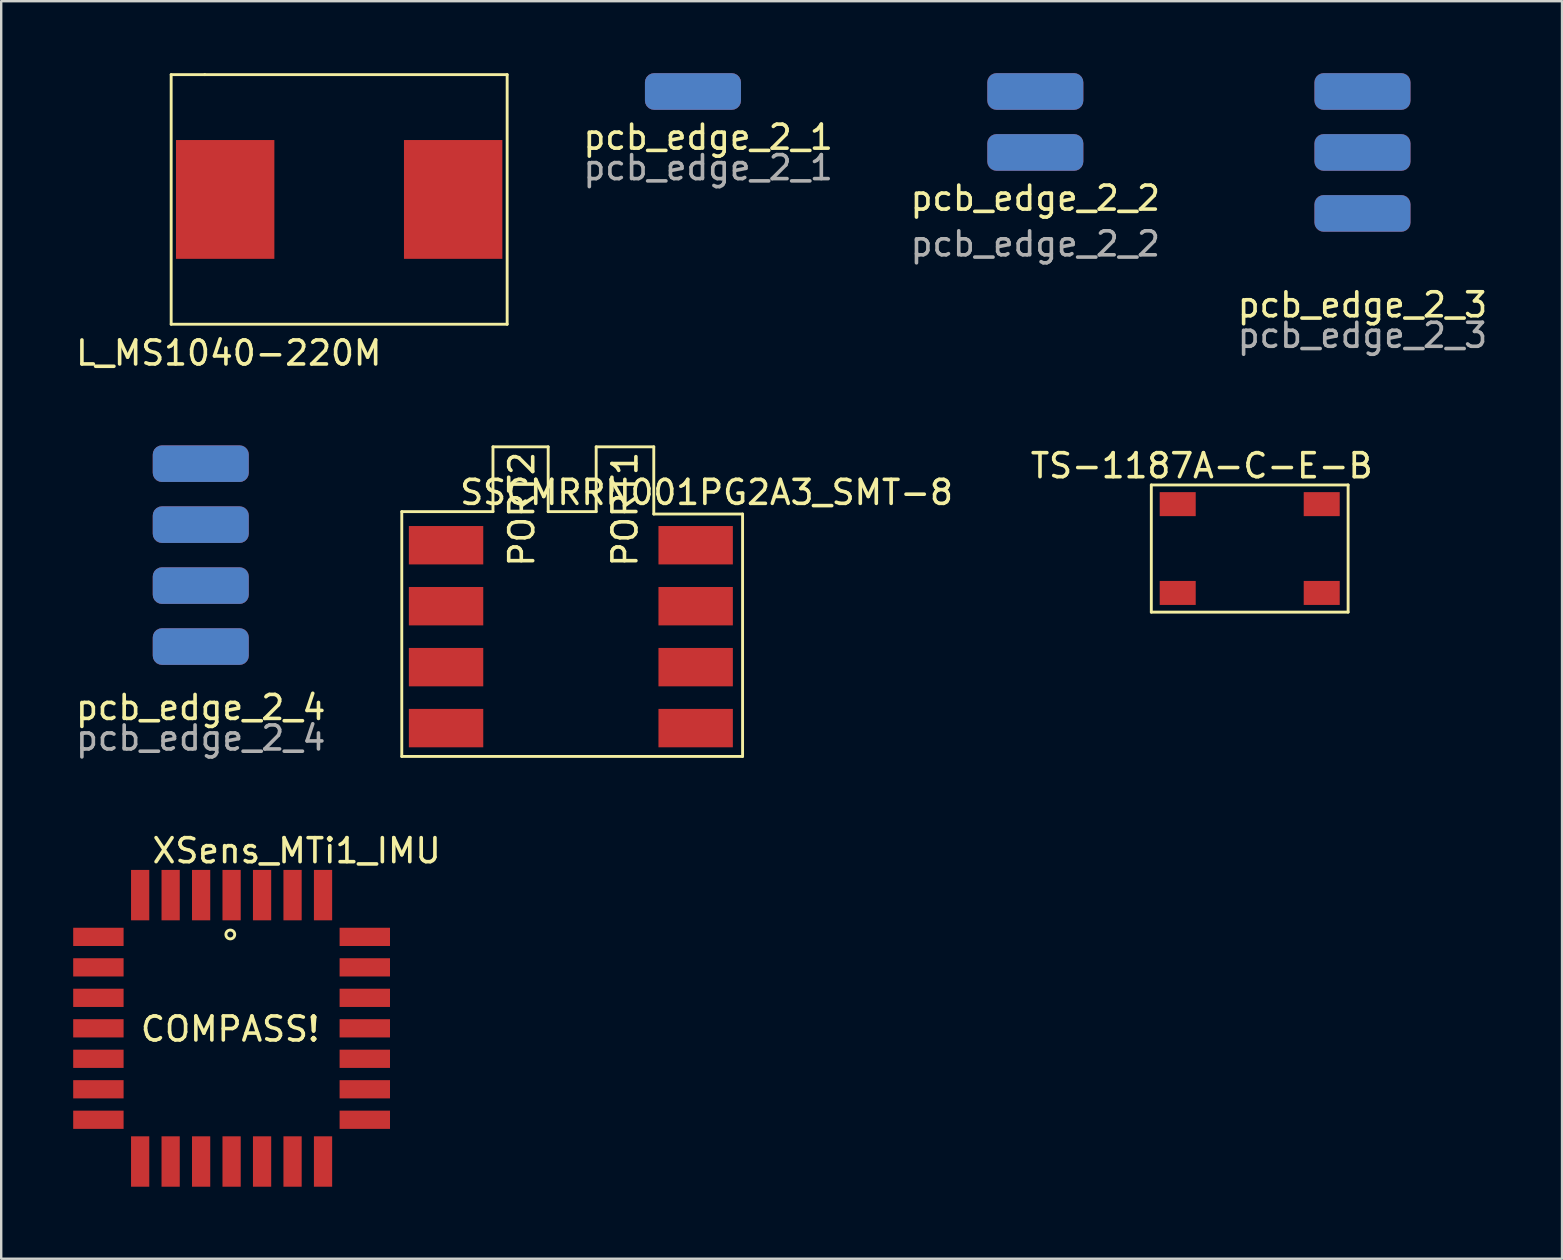
<source format=kicad_pcb>
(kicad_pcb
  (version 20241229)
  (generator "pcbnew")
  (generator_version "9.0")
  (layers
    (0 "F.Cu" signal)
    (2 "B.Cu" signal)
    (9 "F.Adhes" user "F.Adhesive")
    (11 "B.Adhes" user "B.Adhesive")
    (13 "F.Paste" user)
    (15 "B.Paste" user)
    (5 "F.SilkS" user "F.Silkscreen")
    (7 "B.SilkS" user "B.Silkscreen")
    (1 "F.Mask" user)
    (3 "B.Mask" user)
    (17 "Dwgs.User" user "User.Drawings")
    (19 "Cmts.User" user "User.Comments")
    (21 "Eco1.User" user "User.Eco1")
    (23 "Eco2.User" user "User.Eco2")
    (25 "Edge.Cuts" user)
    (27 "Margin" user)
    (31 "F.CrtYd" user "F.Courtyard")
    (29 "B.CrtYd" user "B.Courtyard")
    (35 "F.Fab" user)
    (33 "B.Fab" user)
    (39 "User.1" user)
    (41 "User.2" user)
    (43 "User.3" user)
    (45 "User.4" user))
  (footprint "SSCMRRN001PG2A3_SMT-8"
    (layer "F.Cu")
    (at 13.991 18.868)
    (property "Reference" "SSCMRRN001PG2A3_SMT-8" (at 12.4 -1.4 0) (layer "F.SilkS") (effects (font (size 1 1) (thickness 0.15))))
    (attr smd)
    (fp_line (start -0.3 -0.6) (end -0.3 9.6) (stroke (width 0.12) (type solid)) (layer "F.SilkS"))
    (fp_line (start -0.3 -0.6) (end 3.5 -0.6) (stroke (width 0.12) (type solid)) (layer "F.SilkS"))
    (fp_line (start 3.5 -3.3) (end 5.8 -3.3) (stroke (width 0.12) (type solid)) (layer "F.SilkS"))
    (fp_line (start 3.5 -0.6) (end 3.5 -3.3) (stroke (width 0.12) (type solid)) (layer "F.SilkS"))
    (fp_line (start 5.8 -3.3) (end 5.8 -0.6) (stroke (width 0.12) (type solid)) (layer "F.SilkS"))
    (fp_line (start 5.8 -0.6) (end 7.8 -0.6) (stroke (width 0.12) (type solid)) (layer "F.SilkS"))
    (fp_line (start 7.8 -3.3) (end 10.2 -3.3) (stroke (width 0.12) (type solid)) (layer "F.SilkS"))
    (fp_line (start 7.8 -0.6) (end 7.8 -3.3) (stroke (width 0.12) (type solid)) (layer "F.SilkS"))
    (fp_line (start 10.2 -3.3) (end 10.2 -0.5) (stroke (width 0.12) (type solid)) (layer "F.SilkS"))
    (fp_line (start 10.2 -0.5) (end 13.9 -0.5) (stroke (width 0.12) (type solid)) (layer "F.SilkS"))
    (fp_line (start 13.9 -0.5) (end 13.9 9.6) (stroke (width 0.12) (type solid)) (layer "F.SilkS"))
    (fp_line (start 13.9 9.6) (end -0.3 9.6) (stroke (width 0.12) (type solid)) (layer "F.SilkS"))
    (fp_text user "PORT2" (at 4.7 -0.7 90) (layer "F.SilkS") (effects (font (size 1 1) (thickness 0.15))))
    (fp_text user "PORT1" (at 9 -0.7 90) (layer "F.SilkS") (effects (font (size 1 1) (thickness 0.15))))
    (pad "1" smd rect (at 1.545 0.8) (size 3.1 1.6) (layers "F.Cu" "F.Mask" "F.Paste"))
    (pad "2" smd rect (at 1.545 3.34) (size 3.1 1.6) (layers "F.Cu" "F.Mask" "F.Paste"))
    (pad "3" smd rect (at 1.545 5.88) (size 3.1 1.6) (layers "F.Cu" "F.Mask" "F.Paste"))
    (pad "4" smd rect (at 1.545 8.42) (size 3.1 1.6) (layers "F.Cu" "F.Mask" "F.Paste"))
    (pad "5" smd rect (at 11.945 8.42) (size 3.1 1.6) (layers "F.Cu" "F.Mask" "F.Paste"))
    (pad "6" smd rect (at 11.945 5.88) (size 3.1 1.6) (layers "F.Cu" "F.Mask" "F.Paste"))
    (pad "7" smd rect (at 11.945 3.34) (size 3.1 1.6) (layers "F.Cu" "F.Mask" "F.Paste"))
    (pad "8" smd rect (at 11.945 0.8) (size 3.1 1.6) (layers "F.Cu" "F.Mask" "F.Paste")))
  (footprint "XSens_MTi1_IMU"
    (layer "F.Cu")
    (at 6.6 39.797)
    (property "Reference" "XSens_MTi1_IMU" (at 2.71 -7.4 0) (layer "F.SilkS") (effects (font (size 1 1) (thickness 0.15))))
    (attr through_hole)
    (fp_circle (center -0.054 -3.91) (end -0.224 -3.98) (stroke (width 0.12) (type solid)) (fill no) (layer "F.SilkS"))
    (fp_text user "COMPASS!" (at -0.06 0.03 0) (layer "F.SilkS") (effects (font (size 1 1) (thickness 0.15))))
    (pad "1" smd rect (at 0 -5.55) (size 0.76 2.1) (layers "F.Cu" "F.Mask" "F.Paste"))
    (pad "2" smd rect (at -1.27 -5.55) (size 0.76 2.1) (layers "F.Cu" "F.Mask" "F.Paste"))
    (pad "3" smd rect (at -2.54 -5.55) (size 0.76 2.1) (layers "F.Cu" "F.Mask" "F.Paste"))
    (pad "4" smd rect (at -3.81 -5.55) (size 0.76 2.1) (layers "F.Cu" "F.Mask" "F.Paste"))
    (pad "5" smd rect (at -5.55 -3.81) (size 2.1 0.76) (layers "F.Cu" "F.Mask" "F.Paste"))
    (pad "6" smd rect (at -5.55 -2.54) (size 2.1 0.76) (layers "F.Cu" "F.Mask" "F.Paste"))
    (pad "7" smd rect (at -5.55 -1.27) (size 2.1 0.76) (layers "F.Cu" "F.Mask" "F.Paste"))
    (pad "8" smd rect (at -5.55 0) (size 2.1 0.76) (layers "F.Cu" "F.Mask" "F.Paste"))
    (pad "9" smd rect (at -5.55 1.27) (size 2.1 0.76) (layers "F.Cu" "F.Mask" "F.Paste"))
    (pad "10" smd rect (at -5.55 2.54) (size 2.1 0.76) (layers "F.Cu" "F.Mask" "F.Paste"))
    (pad "11" smd rect (at -5.55 3.81) (size 2.1 0.76) (layers "F.Cu" "F.Mask" "F.Paste"))
    (pad "12" smd rect (at -3.81 5.55) (size 0.76 2.1) (layers "F.Cu" "F.Mask" "F.Paste"))
    (pad "13" smd rect (at -2.54 5.55) (size 0.76 2.1) (layers "F.Cu" "F.Mask" "F.Paste"))
    (pad "14" smd rect (at -1.27 5.55) (size 0.76 2.1) (layers "F.Cu" "F.Mask" "F.Paste"))
    (pad "15" smd rect (at 0 5.55) (size 0.76 2.1) (layers "F.Cu" "F.Mask" "F.Paste"))
    (pad "16" smd rect (at 1.27 5.55) (size 0.76 2.1) (layers "F.Cu" "F.Mask" "F.Paste"))
    (pad "17" smd rect (at 2.54 5.55) (size 0.76 2.1) (layers "F.Cu" "F.Mask" "F.Paste"))
    (pad "18" smd rect (at 3.81 5.55) (size 0.76 2.1) (layers "F.Cu" "F.Mask" "F.Paste"))
    (pad "19" smd rect (at 5.55 3.81) (size 2.1 0.76) (layers "F.Cu" "F.Mask" "F.Paste"))
    (pad "20" smd rect (at 5.55 2.54) (size 2.1 0.76) (layers "F.Cu" "F.Mask" "F.Paste"))
    (pad "21" smd rect (at 5.55 1.27) (size 2.1 0.76) (layers "F.Cu" "F.Mask" "F.Paste"))
    (pad "22" smd rect (at 5.55 0) (size 2.1 0.76) (layers "F.Cu" "F.Mask" "F.Paste"))
    (pad "23" smd rect (at 5.55 -1.27) (size 2.1 0.76) (layers "F.Cu" "F.Mask" "F.Paste"))
    (pad "24" smd rect (at 5.55 -2.54) (size 2.1 0.76) (layers "F.Cu" "F.Mask" "F.Paste"))
    (pad "25" smd rect (at 5.55 -3.81) (size 2.1 0.76) (layers "F.Cu" "F.Mask" "F.Paste"))
    (pad "26" smd rect (at 3.81 -5.55) (size 0.76 2.1) (layers "F.Cu" "F.Mask" "F.Paste"))
    (pad "27" smd rect (at 2.54 -5.55) (size 0.76 2.1) (layers "F.Cu" "F.Mask" "F.Paste"))
    (pad "28" smd rect (at 1.27 -5.55) (size 0.76 2.1) (layers "F.Cu" "F.Mask" "F.Paste")))
  (footprint "pcb_edge_2_4"
    (layer "F.Cu")
    (at 5.315 20.08)
    (property "Reference" "pcb_edge_2_4" (at 0 6.35 0) (unlocked yes) (layer "F.SilkS") (effects (font (size 1 1) (thickness 0.15))))
    (attr smd)
    (fp_text user "${REFERENCE}" (at 0 7.62 0) (unlocked yes) (layer "F.Fab") (effects (font (size 1 1) (thickness 0.15))))
    (pad "1" smd roundrect (at 0 3.81) (size 4 1.524) (layers "F.Cu" "F.Mask" "F.Paste") (roundrect_rratio 0.25))
    (pad "2" smd roundrect (at 0 3.81) (size 4 1.524) (layers "B.Cu" "B.Mask" "B.Paste") (roundrect_rratio 0.25))
    (pad "3" smd roundrect (at 0 1.27) (size 4 1.524) (layers "F.Cu" "F.Mask" "F.Paste") (roundrect_rratio 0.25))
    (pad "4" smd roundrect (at 0 1.27) (size 4 1.524) (layers "B.Cu" "B.Mask" "B.Paste") (roundrect_rratio 0.25))
    (pad "5" smd roundrect (at 0 -1.27) (size 4 1.524) (layers "F.Cu" "F.Mask" "F.Paste") (roundrect_rratio 0.25))
    (pad "6" smd roundrect (at 0 -1.27) (size 4 1.524) (layers "B.Cu" "B.Mask" "B.Paste") (roundrect_rratio 0.25))
    (pad "7" smd roundrect (at 0 -3.81) (size 4 1.524) (layers "F.Cu" "F.Mask" "F.Paste") (roundrect_rratio 0.25))
    (pad "8" smd roundrect (at 0 -3.81) (size 4 1.524) (layers "B.Cu" "B.Mask" "B.Paste") (roundrect_rratio 0.25)))
  (footprint "pcb_edge_2_1"
    (layer "F.Cu")
    (at 25.823 0.762)
    (property "Reference" "pcb_edge_2_1" (at 0.635 1.905 0) (unlocked yes) (layer "F.SilkS") (effects (font (size 1 1) (thickness 0.15))))
    (attr smd)
    (fp_text user "${REFERENCE}" (at 0.635 3.175 0) (unlocked yes) (layer "F.Fab") (effects (font (size 1 1) (thickness 0.15))))
    (pad "1" smd roundrect (at 0 0) (size 4 1.524) (layers "F.Cu" "F.Mask" "F.Paste") (roundrect_rratio 0.25))
    (pad "2" smd roundrect (at 0 0) (size 4 1.524) (layers "F.Mask" "B.Cu" "F.Paste") (roundrect_rratio 0.25)))
  (footprint "TS-1187A-C-E-B"
    (layer "F.Cu")
    (at 49.022 19.956)
    (property "Reference" "TS-1187A-C-E-B" (at -2 -3.6 0) (layer "F.SilkS") (effects (font (size 1 1) (thickness 0.15))))
    (attr through_hole)
    (fp_line (start -4.1 -2.8) (end 4.1 -2.8) (stroke (width 0.12) (type solid)) (layer "F.SilkS"))
    (fp_line (start -4.1 2.5) (end -4.1 -2.8) (stroke (width 0.12) (type solid)) (layer "F.SilkS"))
    (fp_line (start 4.1 -2.8) (end 4.1 2.5) (stroke (width 0.12) (type solid)) (layer "F.SilkS"))
    (fp_line (start 4.1 2.5) (end -4.1 2.5) (stroke (width 0.12) (type solid)) (layer "F.SilkS"))
    (pad "1" smd rect (at -3 -2) (size 1.5 1) (layers "F.Cu" "F.Mask" "F.Paste"))
    (pad "2" smd rect (at 3 -2) (size 1.5 1) (layers "F.Cu" "F.Mask" "F.Paste"))
    (pad "3" smd rect (at -3 1.7) (size 1.5 1) (layers "F.Cu" "F.Mask" "F.Paste"))
    (pad "4" smd rect (at 3 1.7) (size 1.5 1) (layers "F.Cu" "F.Mask" "F.Paste")))
  (footprint "L_MS1040-220M"
    (layer "F.Cu")
    (at 11.082 5.26)
    (property "Reference" "L_MS1040-220M" (at -4.6 6.4 0) (layer "F.SilkS") (effects (font (size 1 1) (thickness 0.15))))
    (attr through_hole)
    (fp_line (start -7 -5.2) (end -5.6 -5.2) (stroke (width 0.12) (type solid)) (layer "F.SilkS"))
    (fp_line (start -7 5.2) (end -7 -5.2) (stroke (width 0.12) (type solid)) (layer "F.SilkS"))
    (fp_line (start -5.6 -5.2) (end 7 -5.2) (stroke (width 0.12) (type solid)) (layer "F.SilkS"))
    (fp_line (start 7 -5.2) (end 7 5.2) (stroke (width 0.12) (type solid)) (layer "F.SilkS"))
    (fp_line (start 7 5.2) (end -7 5.2) (stroke (width 0.12) (type solid)) (layer "F.SilkS"))
    (pad "1" smd rect (at 4.75 0) (size 4.1 4.95) (layers "F.Cu" "F.Mask" "F.Paste"))
    (pad "2" smd rect (at -4.75 0) (size 4.1 4.95) (layers "F.Cu" "F.Mask" "F.Paste")))
  (footprint "pcb_edge_2_2"
    (layer "F.Cu")
    (at 40.089 2.032)
    (property "Reference" "pcb_edge_2_2" (at 0 3.175 0) (unlocked yes) (layer "F.SilkS") (effects (font (size 1 1) (thickness 0.15))))
    (attr smd)
    (fp_text user "${REFERENCE}" (at 0 5.08 0) (unlocked yes) (layer "F.Fab") (effects (font (size 1 1) (thickness 0.15))))
    (pad "1" smd roundrect (at 0 1.27) (size 4 1.524) (layers "F.Cu" "F.Mask" "F.Paste") (roundrect_rratio 0.25))
    (pad "2" smd roundrect (at 0 1.27) (size 4 1.524) (layers "B.Cu" "B.Mask" "B.Paste") (roundrect_rratio 0.25))
    (pad "3" smd roundrect (at 0 -1.27) (size 4 1.524) (layers "F.Cu" "F.Mask" "F.Paste") (roundrect_rratio 0.25))
    (pad "4" smd roundrect (at 0 -1.27) (size 4 1.524) (layers "B.Cu" "B.Mask" "B.Paste") (roundrect_rratio 0.25)))
  (footprint "pcb_edge_2_3"
    (layer "F.Cu")
    (at 53.72 3.302)
    (property "Reference" "pcb_edge_2_3" (at 0 6.35 0) (unlocked yes) (layer "F.SilkS") (effects (font (size 1 1) (thickness 0.15))))
    (attr smd)
    (fp_text user "${REFERENCE}" (at 0 7.62 0) (unlocked yes) (layer "F.Fab") (effects (font (size 1 1) (thickness 0.15))))
    (pad "1" smd roundrect (at 0 2.54) (size 4 1.524) (layers "F.Cu" "F.Mask" "F.Paste") (roundrect_rratio 0.25))
    (pad "2" smd roundrect (at 0 2.54) (size 4 1.524) (layers "F.Mask" "B.Cu" "F.Paste") (roundrect_rratio 0.25))
    (pad "3" smd roundrect (at 0 0) (size 4 1.524) (layers "F.Cu" "F.Mask" "F.Paste") (roundrect_rratio 0.25))
    (pad "4" smd roundrect (at 0 0) (size 4 1.524) (layers "F.Mask" "B.Cu" "F.Paste") (roundrect_rratio 0.25))
    (pad "5" smd roundrect (at 0 -2.54) (size 4 1.524) (layers "F.Cu" "F.Mask" "F.Paste") (roundrect_rratio 0.25))
    (pad "6" smd roundrect (at 0 -2.54) (size 4 1.524) (layers "F.Mask" "B.Cu" "F.Paste") (roundrect_rratio 0.25)))
  (gr_rect
    (start -3 -3)
    (end 62.035 49.397)
    (stroke (width 0.1) (type default))
    (fill no)
    (layer "Edge.Cuts")))
</source>
